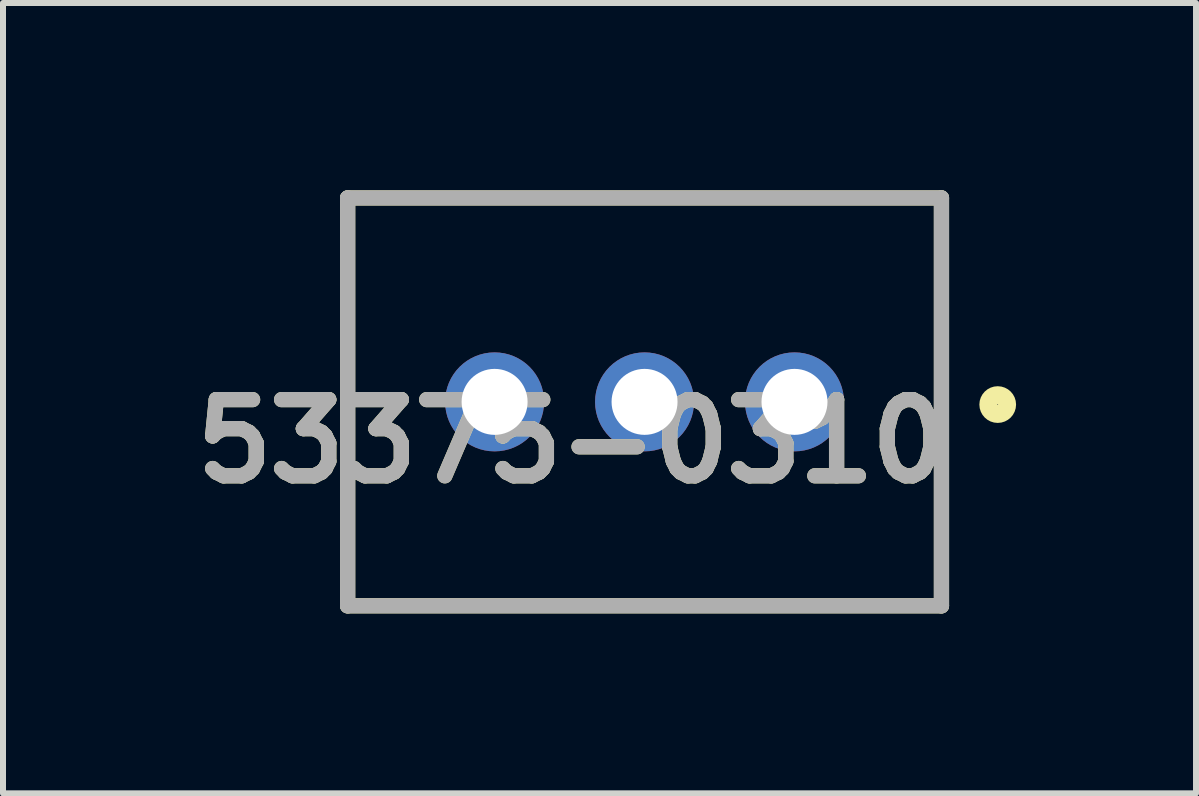
<source format=kicad_pcb>
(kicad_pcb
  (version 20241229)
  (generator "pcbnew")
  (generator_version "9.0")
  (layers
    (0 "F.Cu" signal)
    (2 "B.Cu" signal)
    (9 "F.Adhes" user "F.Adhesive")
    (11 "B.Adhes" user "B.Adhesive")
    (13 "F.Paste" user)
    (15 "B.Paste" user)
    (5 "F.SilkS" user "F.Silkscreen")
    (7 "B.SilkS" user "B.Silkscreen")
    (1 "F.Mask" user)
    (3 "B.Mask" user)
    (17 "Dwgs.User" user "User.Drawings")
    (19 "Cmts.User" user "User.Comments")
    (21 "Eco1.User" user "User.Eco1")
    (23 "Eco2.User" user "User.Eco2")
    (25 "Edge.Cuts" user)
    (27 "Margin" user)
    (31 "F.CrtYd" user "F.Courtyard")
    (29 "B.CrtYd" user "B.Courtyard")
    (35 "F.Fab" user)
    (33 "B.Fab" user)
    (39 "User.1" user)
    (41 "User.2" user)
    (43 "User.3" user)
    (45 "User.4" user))
  (footprint "53375-0310"
    (layer "F.Cu")
    (at 7.696 0.25)
    (property "Reference" "53375-0310" (at -1.213 4.058 0) (layer "F.SilkS") (effects (font (size 1.27 1.27) (thickness 0.254))))
    (attr through_hole)
    (fp_line (start -4.95 0) (end -4.95 6.8) (stroke (width 0.254) (type solid)) (layer "F.SilkS"))
    (fp_line (start -4.95 6.8) (end 4.95 6.8) (stroke (width 0.254) (type solid)) (layer "F.SilkS"))
    (fp_line (start 4.95 0) (end -4.95 0) (stroke (width 0.254) (type solid)) (layer "F.SilkS"))
    (fp_line (start 4.95 6.8) (end 4.95 0) (stroke (width 0.254) (type solid)) (layer "F.SilkS"))
    (fp_circle (center 5.888 3.445) (end 5.888 3.601) (stroke (width 0.3) (type solid)) (fill no) (layer "F.SilkS"))
    (fp_line (start -4.95 0) (end 4.95 0) (stroke (width 0.254) (type solid)) (layer "F.Fab"))
    (fp_line (start -4.95 6.8) (end -4.95 0) (stroke (width 0.254) (type solid)) (layer "F.Fab"))
    (fp_line (start 4.95 0) (end 4.95 6.8) (stroke (width 0.254) (type solid)) (layer "F.Fab"))
    (fp_line (start 4.95 6.8) (end -4.95 6.8) (stroke (width 0.254) (type solid)) (layer "F.Fab"))
    (fp_text user "${REFERENCE}" (at -1.213 4.058 0) (layer "F.Fab") (effects (font (size 1.27 1.27) (thickness 0.254))))
    (pad "" np_thru_hole circle (at 4.1 5.6) (size 0.001 0.001) (drill 1.25) (layers "*.Cu" "*.Mask"))
    (pad "1" thru_hole circle (at 2.5 3.4) (size 1.65 1.65) (drill 1.1) (layers "*.Cu" "*.Mask"))
    (pad "2" thru_hole circle (at 0 3.4) (size 1.65 1.65) (drill 1.1) (layers "*.Cu" "*.Mask"))
    (pad "3" thru_hole circle (at -2.5 3.4) (size 1.65 1.65) (drill 1.1) (layers "*.Cu" "*.Mask")))
  (gr_rect
    (start -3 -3)
    (end 16.89 10.177)
    (stroke (width 0.1) (type default))
    (fill no)
    (layer "Edge.Cuts")))
</source>
